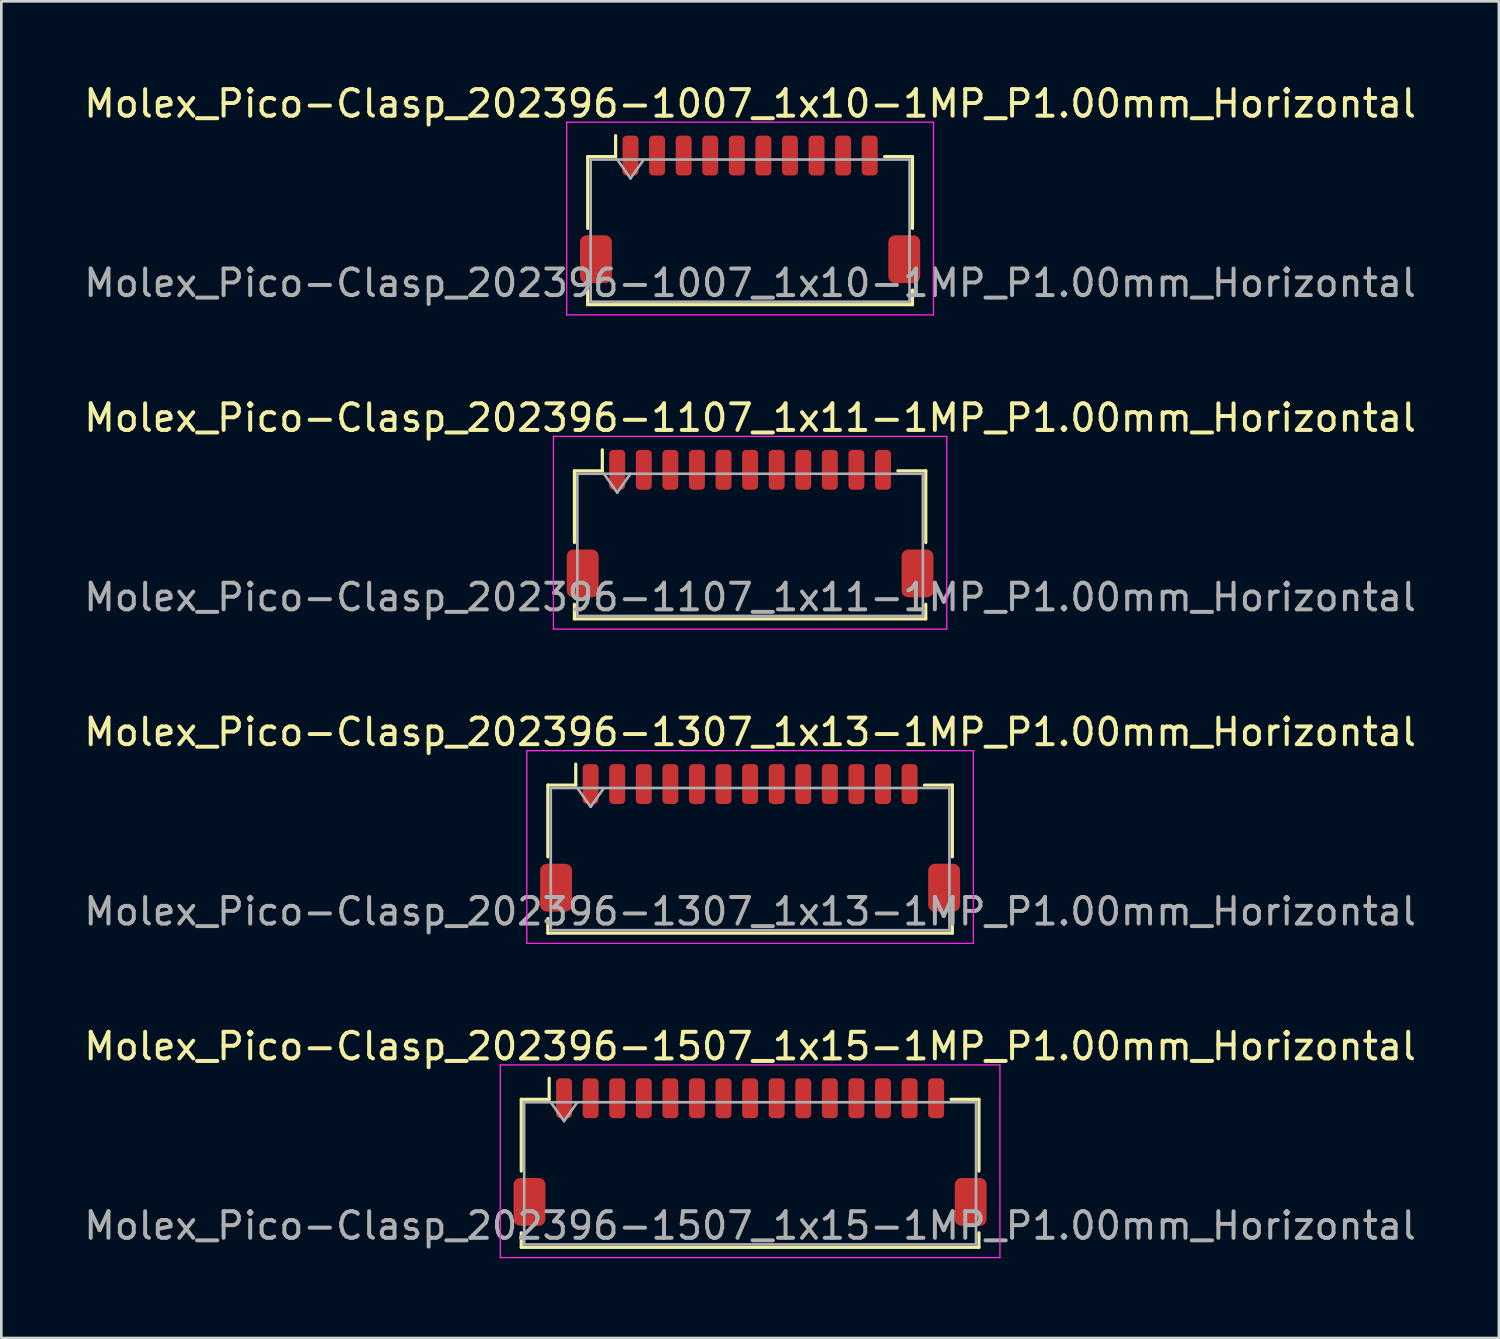
<source format=kicad_pcb>
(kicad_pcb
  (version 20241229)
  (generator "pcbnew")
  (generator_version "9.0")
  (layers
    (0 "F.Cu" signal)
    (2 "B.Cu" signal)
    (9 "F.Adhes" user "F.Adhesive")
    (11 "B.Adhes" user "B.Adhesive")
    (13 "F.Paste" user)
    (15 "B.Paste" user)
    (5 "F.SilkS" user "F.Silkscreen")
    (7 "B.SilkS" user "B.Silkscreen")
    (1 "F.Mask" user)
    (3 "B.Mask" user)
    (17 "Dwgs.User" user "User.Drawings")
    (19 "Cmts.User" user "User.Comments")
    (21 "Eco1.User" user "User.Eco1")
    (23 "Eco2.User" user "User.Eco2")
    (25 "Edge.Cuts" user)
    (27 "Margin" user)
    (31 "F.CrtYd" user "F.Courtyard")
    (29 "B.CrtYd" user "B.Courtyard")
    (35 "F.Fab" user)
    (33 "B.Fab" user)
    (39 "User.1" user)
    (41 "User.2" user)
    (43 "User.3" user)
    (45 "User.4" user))
  (footprint "Molex_Pico-Clasp_202396-1107_1x11-1MP_P1.00mm_Horizontal"
    (layer "F.Cu")
    (at 25.173 16.651)
    (property "Reference" "Molex_Pico-Clasp_202396-1107_1x11-1MP_P1.00mm_Horizontal" (at 0 -3.98 0) (layer "F.SilkS") (effects (font (size 1 1) (thickness 0.15))))
    (attr smd)
    (fp_line (start -6.61 -1.985) (end -5.56 -1.985) (stroke (width 0.12) (type solid)) (layer "F.SilkS"))
    (fp_line (start -6.61 0.715) (end -6.61 -1.985) (stroke (width 0.12) (type solid)) (layer "F.SilkS"))
    (fp_line (start -6.61 3.035) (end -6.61 3.585) (stroke (width 0.12) (type solid)) (layer "F.SilkS"))
    (fp_line (start -6.61 3.585) (end 6.61 3.585) (stroke (width 0.12) (type solid)) (layer "F.SilkS"))
    (fp_line (start -5.56 -1.985) (end -5.56 -2.775) (stroke (width 0.12) (type solid)) (layer "F.SilkS"))
    (fp_line (start 6.61 -1.985) (end 5.56 -1.985) (stroke (width 0.12) (type solid)) (layer "F.SilkS"))
    (fp_line (start 6.61 0.715) (end 6.61 -1.985) (stroke (width 0.12) (type solid)) (layer "F.SilkS"))
    (fp_line (start 6.61 3.585) (end 6.61 3.035) (stroke (width 0.12) (type solid)) (layer "F.SilkS"))
    (fp_line (start -7.4 -3.28) (end -7.4 3.97) (stroke (width 0.05) (type solid)) (layer "F.CrtYd"))
    (fp_line (start -7.4 3.97) (end 7.4 3.97) (stroke (width 0.05) (type solid)) (layer "F.CrtYd"))
    (fp_line (start 7.4 -3.28) (end -7.4 -3.28) (stroke (width 0.05) (type solid)) (layer "F.CrtYd"))
    (fp_line (start 7.4 3.97) (end 7.4 -3.28) (stroke (width 0.05) (type solid)) (layer "F.CrtYd"))
    (fp_line (start -6.5 -1.875) (end -6.5 3.475) (stroke (width 0.1) (type solid)) (layer "F.Fab"))
    (fp_line (start -6.5 -1.875) (end 6.5 -1.875) (stroke (width 0.1) (type solid)) (layer "F.Fab"))
    (fp_line (start -6.5 3.475) (end 6.5 3.475) (stroke (width 0.1) (type solid)) (layer "F.Fab"))
    (fp_line (start -5.5 -1.875) (end -5 -1.168) (stroke (width 0.1) (type solid)) (layer "F.Fab"))
    (fp_line (start -5 -1.168) (end -4.5 -1.875) (stroke (width 0.1) (type solid)) (layer "F.Fab"))
    (fp_line (start 6.5 -1.875) (end 6.5 3.475) (stroke (width 0.1) (type solid)) (layer "F.Fab"))
    (fp_text user "${REFERENCE}" (at 0 2.77 0) (layer "F.Fab") (effects (font (size 1 1) (thickness 0.15))))
    (pad "1" smd roundrect (at -5 -2.025) (size 0.6 1.5) (layers "F.Cu" "F.Mask" "F.Paste") (roundrect_rratio 0.25))
    (pad "2" smd roundrect (at -4 -2.025) (size 0.6 1.5) (layers "F.Cu" "F.Mask" "F.Paste") (roundrect_rratio 0.25))
    (pad "3" smd roundrect (at -3 -2.025) (size 0.6 1.5) (layers "F.Cu" "F.Mask" "F.Paste") (roundrect_rratio 0.25))
    (pad "4" smd roundrect (at -2 -2.025) (size 0.6 1.5) (layers "F.Cu" "F.Mask" "F.Paste") (roundrect_rratio 0.25))
    (pad "5" smd roundrect (at -1 -2.025) (size 0.6 1.5) (layers "F.Cu" "F.Mask" "F.Paste") (roundrect_rratio 0.25))
    (pad "6" smd roundrect (at 0 -2.025) (size 0.6 1.5) (layers "F.Cu" "F.Mask" "F.Paste") (roundrect_rratio 0.25))
    (pad "7" smd roundrect (at 1 -2.025) (size 0.6 1.5) (layers "F.Cu" "F.Mask" "F.Paste") (roundrect_rratio 0.25))
    (pad "8" smd roundrect (at 2 -2.025) (size 0.6 1.5) (layers "F.Cu" "F.Mask" "F.Paste") (roundrect_rratio 0.25))
    (pad "9" smd roundrect (at 3 -2.025) (size 0.6 1.5) (layers "F.Cu" "F.Mask" "F.Paste") (roundrect_rratio 0.25))
    (pad "10" smd roundrect (at 4 -2.025) (size 0.6 1.5) (layers "F.Cu" "F.Mask" "F.Paste") (roundrect_rratio 0.25))
    (pad "11" smd roundrect (at 5 -2.025) (size 0.6 1.5) (layers "F.Cu" "F.Mask" "F.Paste") (roundrect_rratio 0.25))
    (pad "MP" smd roundrect (at -6.3 1.875) (size 1.2 1.8) (layers "F.Cu" "F.Mask" "F.Paste") (roundrect_rratio 0.208))
    (pad "MP" smd roundrect (at 6.3 1.875) (size 1.2 1.8) (layers "F.Cu" "F.Mask" "F.Paste") (roundrect_rratio 0.208)))
  (footprint "Molex_Pico-Clasp_202396-1507_1x15-1MP_P1.00mm_Horizontal"
    (layer "F.Cu")
    (at 25.173 40.298)
    (property "Reference" "Molex_Pico-Clasp_202396-1507_1x15-1MP_P1.00mm_Horizontal" (at 0 -3.98 0) (layer "F.SilkS") (effects (font (size 1 1) (thickness 0.15))))
    (attr smd)
    (fp_line (start -8.61 -1.985) (end -7.56 -1.985) (stroke (width 0.12) (type solid)) (layer "F.SilkS"))
    (fp_line (start -8.61 0.715) (end -8.61 -1.985) (stroke (width 0.12) (type solid)) (layer "F.SilkS"))
    (fp_line (start -8.61 3.035) (end -8.61 3.585) (stroke (width 0.12) (type solid)) (layer "F.SilkS"))
    (fp_line (start -8.61 3.585) (end 8.61 3.585) (stroke (width 0.12) (type solid)) (layer "F.SilkS"))
    (fp_line (start -7.56 -1.985) (end -7.56 -2.775) (stroke (width 0.12) (type solid)) (layer "F.SilkS"))
    (fp_line (start 8.61 -1.985) (end 7.56 -1.985) (stroke (width 0.12) (type solid)) (layer "F.SilkS"))
    (fp_line (start 8.61 0.715) (end 8.61 -1.985) (stroke (width 0.12) (type solid)) (layer "F.SilkS"))
    (fp_line (start 8.61 3.585) (end 8.61 3.035) (stroke (width 0.12) (type solid)) (layer "F.SilkS"))
    (fp_line (start -9.4 -3.28) (end -9.4 3.97) (stroke (width 0.05) (type solid)) (layer "F.CrtYd"))
    (fp_line (start -9.4 3.97) (end 9.4 3.97) (stroke (width 0.05) (type solid)) (layer "F.CrtYd"))
    (fp_line (start 9.4 -3.28) (end -9.4 -3.28) (stroke (width 0.05) (type solid)) (layer "F.CrtYd"))
    (fp_line (start 9.4 3.97) (end 9.4 -3.28) (stroke (width 0.05) (type solid)) (layer "F.CrtYd"))
    (fp_line (start -8.5 -1.875) (end -8.5 3.475) (stroke (width 0.1) (type solid)) (layer "F.Fab"))
    (fp_line (start -8.5 -1.875) (end 8.5 -1.875) (stroke (width 0.1) (type solid)) (layer "F.Fab"))
    (fp_line (start -8.5 3.475) (end 8.5 3.475) (stroke (width 0.1) (type solid)) (layer "F.Fab"))
    (fp_line (start -7.5 -1.875) (end -7 -1.168) (stroke (width 0.1) (type solid)) (layer "F.Fab"))
    (fp_line (start -7 -1.168) (end -6.5 -1.875) (stroke (width 0.1) (type solid)) (layer "F.Fab"))
    (fp_line (start 8.5 -1.875) (end 8.5 3.475) (stroke (width 0.1) (type solid)) (layer "F.Fab"))
    (fp_text user "${REFERENCE}" (at 0 2.77 0) (layer "F.Fab") (effects (font (size 1 1) (thickness 0.15))))
    (pad "1" smd roundrect (at -7 -2.025) (size 0.6 1.5) (layers "F.Cu" "F.Mask" "F.Paste") (roundrect_rratio 0.25))
    (pad "2" smd roundrect (at -6 -2.025) (size 0.6 1.5) (layers "F.Cu" "F.Mask" "F.Paste") (roundrect_rratio 0.25))
    (pad "3" smd roundrect (at -5 -2.025) (size 0.6 1.5) (layers "F.Cu" "F.Mask" "F.Paste") (roundrect_rratio 0.25))
    (pad "4" smd roundrect (at -4 -2.025) (size 0.6 1.5) (layers "F.Cu" "F.Mask" "F.Paste") (roundrect_rratio 0.25))
    (pad "5" smd roundrect (at -3 -2.025) (size 0.6 1.5) (layers "F.Cu" "F.Mask" "F.Paste") (roundrect_rratio 0.25))
    (pad "6" smd roundrect (at -2 -2.025) (size 0.6 1.5) (layers "F.Cu" "F.Mask" "F.Paste") (roundrect_rratio 0.25))
    (pad "7" smd roundrect (at -1 -2.025) (size 0.6 1.5) (layers "F.Cu" "F.Mask" "F.Paste") (roundrect_rratio 0.25))
    (pad "8" smd roundrect (at 0 -2.025) (size 0.6 1.5) (layers "F.Cu" "F.Mask" "F.Paste") (roundrect_rratio 0.25))
    (pad "9" smd roundrect (at 1 -2.025) (size 0.6 1.5) (layers "F.Cu" "F.Mask" "F.Paste") (roundrect_rratio 0.25))
    (pad "10" smd roundrect (at 2 -2.025) (size 0.6 1.5) (layers "F.Cu" "F.Mask" "F.Paste") (roundrect_rratio 0.25))
    (pad "11" smd roundrect (at 3 -2.025) (size 0.6 1.5) (layers "F.Cu" "F.Mask" "F.Paste") (roundrect_rratio 0.25))
    (pad "12" smd roundrect (at 4 -2.025) (size 0.6 1.5) (layers "F.Cu" "F.Mask" "F.Paste") (roundrect_rratio 0.25))
    (pad "13" smd roundrect (at 5 -2.025) (size 0.6 1.5) (layers "F.Cu" "F.Mask" "F.Paste") (roundrect_rratio 0.25))
    (pad "14" smd roundrect (at 6 -2.025) (size 0.6 1.5) (layers "F.Cu" "F.Mask" "F.Paste") (roundrect_rratio 0.25))
    (pad "15" smd roundrect (at 7 -2.025) (size 0.6 1.5) (layers "F.Cu" "F.Mask" "F.Paste") (roundrect_rratio 0.25))
    (pad "MP" smd roundrect (at -8.3 1.875) (size 1.2 1.8) (layers "F.Cu" "F.Mask" "F.Paste") (roundrect_rratio 0.208))
    (pad "MP" smd roundrect (at 8.3 1.875) (size 1.2 1.8) (layers "F.Cu" "F.Mask" "F.Paste") (roundrect_rratio 0.208)))
  (footprint "Molex_Pico-Clasp_202396-1007_1x10-1MP_P1.00mm_Horizontal"
    (layer "F.Cu")
    (at 25.173 4.828)
    (property "Reference" "Molex_Pico-Clasp_202396-1007_1x10-1MP_P1.00mm_Horizontal" (at 0 -3.98 0) (layer "F.SilkS") (effects (font (size 1 1) (thickness 0.15))))
    (attr smd)
    (fp_line (start -6.11 -1.985) (end -5.06 -1.985) (stroke (width 0.12) (type solid)) (layer "F.SilkS"))
    (fp_line (start -6.11 0.715) (end -6.11 -1.985) (stroke (width 0.12) (type solid)) (layer "F.SilkS"))
    (fp_line (start -6.11 3.035) (end -6.11 3.585) (stroke (width 0.12) (type solid)) (layer "F.SilkS"))
    (fp_line (start -6.11 3.585) (end 6.11 3.585) (stroke (width 0.12) (type solid)) (layer "F.SilkS"))
    (fp_line (start -5.06 -1.985) (end -5.06 -2.775) (stroke (width 0.12) (type solid)) (layer "F.SilkS"))
    (fp_line (start 6.11 -1.985) (end 5.06 -1.985) (stroke (width 0.12) (type solid)) (layer "F.SilkS"))
    (fp_line (start 6.11 0.715) (end 6.11 -1.985) (stroke (width 0.12) (type solid)) (layer "F.SilkS"))
    (fp_line (start 6.11 3.585) (end 6.11 3.035) (stroke (width 0.12) (type solid)) (layer "F.SilkS"))
    (fp_line (start -6.9 -3.28) (end -6.9 3.97) (stroke (width 0.05) (type solid)) (layer "F.CrtYd"))
    (fp_line (start -6.9 3.97) (end 6.9 3.97) (stroke (width 0.05) (type solid)) (layer "F.CrtYd"))
    (fp_line (start 6.9 -3.28) (end -6.9 -3.28) (stroke (width 0.05) (type solid)) (layer "F.CrtYd"))
    (fp_line (start 6.9 3.97) (end 6.9 -3.28) (stroke (width 0.05) (type solid)) (layer "F.CrtYd"))
    (fp_line (start -6 -1.875) (end -6 3.475) (stroke (width 0.1) (type solid)) (layer "F.Fab"))
    (fp_line (start -6 -1.875) (end 6 -1.875) (stroke (width 0.1) (type solid)) (layer "F.Fab"))
    (fp_line (start -6 3.475) (end 6 3.475) (stroke (width 0.1) (type solid)) (layer "F.Fab"))
    (fp_line (start -5 -1.875) (end -4.5 -1.168) (stroke (width 0.1) (type solid)) (layer "F.Fab"))
    (fp_line (start -4.5 -1.168) (end -4 -1.875) (stroke (width 0.1) (type solid)) (layer "F.Fab"))
    (fp_line (start 6 -1.875) (end 6 3.475) (stroke (width 0.1) (type solid)) (layer "F.Fab"))
    (fp_text user "${REFERENCE}" (at 0 2.77 0) (layer "F.Fab") (effects (font (size 1 1) (thickness 0.15))))
    (pad "1" smd roundrect (at -4.5 -2.025) (size 0.6 1.5) (layers "F.Cu" "F.Mask" "F.Paste") (roundrect_rratio 0.25))
    (pad "2" smd roundrect (at -3.5 -2.025) (size 0.6 1.5) (layers "F.Cu" "F.Mask" "F.Paste") (roundrect_rratio 0.25))
    (pad "3" smd roundrect (at -2.5 -2.025) (size 0.6 1.5) (layers "F.Cu" "F.Mask" "F.Paste") (roundrect_rratio 0.25))
    (pad "4" smd roundrect (at -1.5 -2.025) (size 0.6 1.5) (layers "F.Cu" "F.Mask" "F.Paste") (roundrect_rratio 0.25))
    (pad "5" smd roundrect (at -0.5 -2.025) (size 0.6 1.5) (layers "F.Cu" "F.Mask" "F.Paste") (roundrect_rratio 0.25))
    (pad "6" smd roundrect (at 0.5 -2.025) (size 0.6 1.5) (layers "F.Cu" "F.Mask" "F.Paste") (roundrect_rratio 0.25))
    (pad "7" smd roundrect (at 1.5 -2.025) (size 0.6 1.5) (layers "F.Cu" "F.Mask" "F.Paste") (roundrect_rratio 0.25))
    (pad "8" smd roundrect (at 2.5 -2.025) (size 0.6 1.5) (layers "F.Cu" "F.Mask" "F.Paste") (roundrect_rratio 0.25))
    (pad "9" smd roundrect (at 3.5 -2.025) (size 0.6 1.5) (layers "F.Cu" "F.Mask" "F.Paste") (roundrect_rratio 0.25))
    (pad "10" smd roundrect (at 4.5 -2.025) (size 0.6 1.5) (layers "F.Cu" "F.Mask" "F.Paste") (roundrect_rratio 0.25))
    (pad "MP" smd roundrect (at -5.8 1.875) (size 1.2 1.8) (layers "F.Cu" "F.Mask" "F.Paste") (roundrect_rratio 0.208))
    (pad "MP" smd roundrect (at 5.8 1.875) (size 1.2 1.8) (layers "F.Cu" "F.Mask" "F.Paste") (roundrect_rratio 0.208)))
  (footprint "Molex_Pico-Clasp_202396-1307_1x13-1MP_P1.00mm_Horizontal"
    (layer "F.Cu")
    (at 25.173 28.475)
    (property "Reference" "Molex_Pico-Clasp_202396-1307_1x13-1MP_P1.00mm_Horizontal" (at 0 -3.98 0) (layer "F.SilkS") (effects (font (size 1 1) (thickness 0.15))))
    (attr smd)
    (fp_line (start -7.61 -1.985) (end -6.56 -1.985) (stroke (width 0.12) (type solid)) (layer "F.SilkS"))
    (fp_line (start -7.61 0.715) (end -7.61 -1.985) (stroke (width 0.12) (type solid)) (layer "F.SilkS"))
    (fp_line (start -7.61 3.035) (end -7.61 3.585) (stroke (width 0.12) (type solid)) (layer "F.SilkS"))
    (fp_line (start -7.61 3.585) (end 7.61 3.585) (stroke (width 0.12) (type solid)) (layer "F.SilkS"))
    (fp_line (start -6.56 -1.985) (end -6.56 -2.775) (stroke (width 0.12) (type solid)) (layer "F.SilkS"))
    (fp_line (start 7.61 -1.985) (end 6.56 -1.985) (stroke (width 0.12) (type solid)) (layer "F.SilkS"))
    (fp_line (start 7.61 0.715) (end 7.61 -1.985) (stroke (width 0.12) (type solid)) (layer "F.SilkS"))
    (fp_line (start 7.61 3.585) (end 7.61 3.035) (stroke (width 0.12) (type solid)) (layer "F.SilkS"))
    (fp_line (start -8.4 -3.28) (end -8.4 3.97) (stroke (width 0.05) (type solid)) (layer "F.CrtYd"))
    (fp_line (start -8.4 3.97) (end 8.4 3.97) (stroke (width 0.05) (type solid)) (layer "F.CrtYd"))
    (fp_line (start 8.4 -3.28) (end -8.4 -3.28) (stroke (width 0.05) (type solid)) (layer "F.CrtYd"))
    (fp_line (start 8.4 3.97) (end 8.4 -3.28) (stroke (width 0.05) (type solid)) (layer "F.CrtYd"))
    (fp_line (start -7.5 -1.875) (end -7.5 3.475) (stroke (width 0.1) (type solid)) (layer "F.Fab"))
    (fp_line (start -7.5 -1.875) (end 7.5 -1.875) (stroke (width 0.1) (type solid)) (layer "F.Fab"))
    (fp_line (start -7.5 3.475) (end 7.5 3.475) (stroke (width 0.1) (type solid)) (layer "F.Fab"))
    (fp_line (start -6.5 -1.875) (end -6 -1.168) (stroke (width 0.1) (type solid)) (layer "F.Fab"))
    (fp_line (start -6 -1.168) (end -5.5 -1.875) (stroke (width 0.1) (type solid)) (layer "F.Fab"))
    (fp_line (start 7.5 -1.875) (end 7.5 3.475) (stroke (width 0.1) (type solid)) (layer "F.Fab"))
    (fp_text user "${REFERENCE}" (at 0 2.77 0) (layer "F.Fab") (effects (font (size 1 1) (thickness 0.15))))
    (pad "1" smd roundrect (at -6 -2.025) (size 0.6 1.5) (layers "F.Cu" "F.Mask" "F.Paste") (roundrect_rratio 0.25))
    (pad "2" smd roundrect (at -5 -2.025) (size 0.6 1.5) (layers "F.Cu" "F.Mask" "F.Paste") (roundrect_rratio 0.25))
    (pad "3" smd roundrect (at -4 -2.025) (size 0.6 1.5) (layers "F.Cu" "F.Mask" "F.Paste") (roundrect_rratio 0.25))
    (pad "4" smd roundrect (at -3 -2.025) (size 0.6 1.5) (layers "F.Cu" "F.Mask" "F.Paste") (roundrect_rratio 0.25))
    (pad "5" smd roundrect (at -2 -2.025) (size 0.6 1.5) (layers "F.Cu" "F.Mask" "F.Paste") (roundrect_rratio 0.25))
    (pad "6" smd roundrect (at -1 -2.025) (size 0.6 1.5) (layers "F.Cu" "F.Mask" "F.Paste") (roundrect_rratio 0.25))
    (pad "7" smd roundrect (at 0 -2.025) (size 0.6 1.5) (layers "F.Cu" "F.Mask" "F.Paste") (roundrect_rratio 0.25))
    (pad "8" smd roundrect (at 1 -2.025) (size 0.6 1.5) (layers "F.Cu" "F.Mask" "F.Paste") (roundrect_rratio 0.25))
    (pad "9" smd roundrect (at 2 -2.025) (size 0.6 1.5) (layers "F.Cu" "F.Mask" "F.Paste") (roundrect_rratio 0.25))
    (pad "10" smd roundrect (at 3 -2.025) (size 0.6 1.5) (layers "F.Cu" "F.Mask" "F.Paste") (roundrect_rratio 0.25))
    (pad "11" smd roundrect (at 4 -2.025) (size 0.6 1.5) (layers "F.Cu" "F.Mask" "F.Paste") (roundrect_rratio 0.25))
    (pad "12" smd roundrect (at 5 -2.025) (size 0.6 1.5) (layers "F.Cu" "F.Mask" "F.Paste") (roundrect_rratio 0.25))
    (pad "13" smd roundrect (at 6 -2.025) (size 0.6 1.5) (layers "F.Cu" "F.Mask" "F.Paste") (roundrect_rratio 0.25))
    (pad "MP" smd roundrect (at -7.3 1.875) (size 1.2 1.8) (layers "F.Cu" "F.Mask" "F.Paste") (roundrect_rratio 0.208))
    (pad "MP" smd roundrect (at 7.3 1.875) (size 1.2 1.8) (layers "F.Cu" "F.Mask" "F.Paste") (roundrect_rratio 0.208)))
  (gr_rect
    (start -3 -3)
    (end 53.345 47.293)
    (stroke (width 0.1) (type default))
    (fill no)
    (layer "Edge.Cuts")))
</source>
